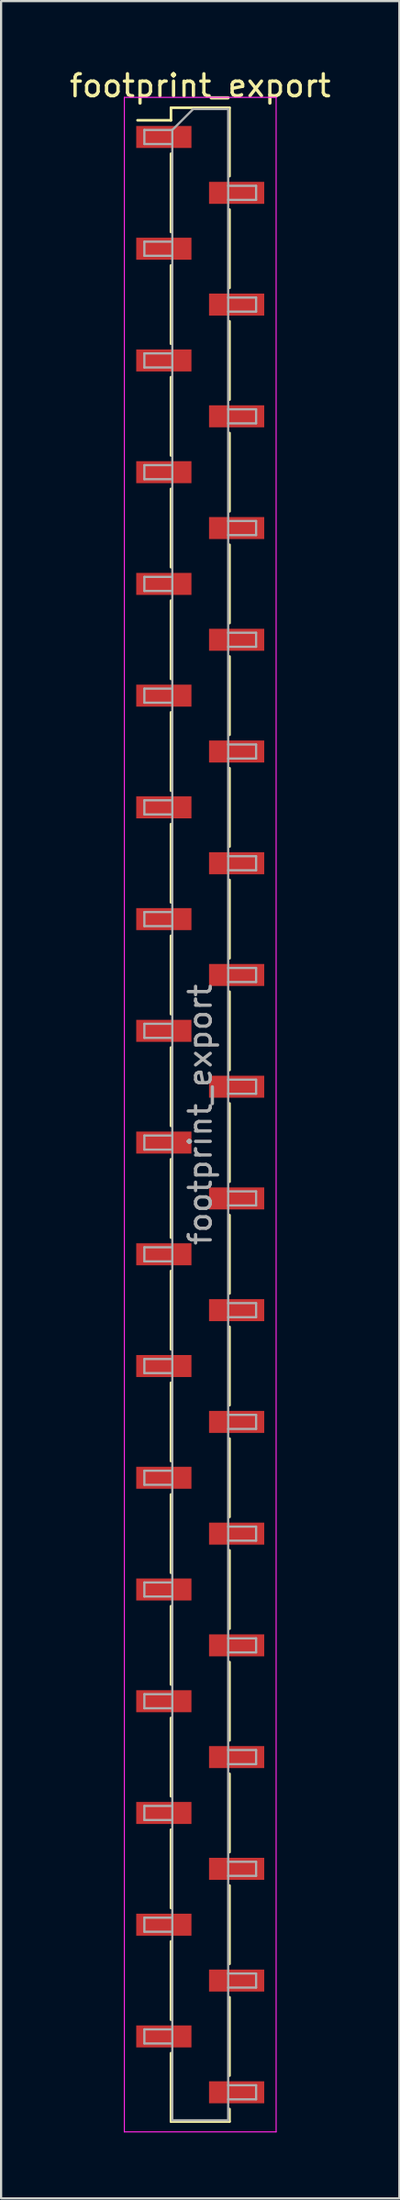
<source format=kicad_pcb>
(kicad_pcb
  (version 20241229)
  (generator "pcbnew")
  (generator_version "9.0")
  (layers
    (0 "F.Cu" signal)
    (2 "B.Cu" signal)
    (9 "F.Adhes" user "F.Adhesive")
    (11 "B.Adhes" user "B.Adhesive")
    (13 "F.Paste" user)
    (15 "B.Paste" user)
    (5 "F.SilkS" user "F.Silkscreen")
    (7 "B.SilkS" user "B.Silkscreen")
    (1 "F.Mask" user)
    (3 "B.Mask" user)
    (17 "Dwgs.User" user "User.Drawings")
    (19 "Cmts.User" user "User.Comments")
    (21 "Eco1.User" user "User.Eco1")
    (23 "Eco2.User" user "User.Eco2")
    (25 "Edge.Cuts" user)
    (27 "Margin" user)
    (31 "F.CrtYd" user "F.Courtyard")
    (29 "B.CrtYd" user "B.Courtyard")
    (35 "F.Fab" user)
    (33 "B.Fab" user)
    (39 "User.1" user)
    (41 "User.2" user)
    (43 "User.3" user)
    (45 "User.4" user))
  (footprint "footprint_export"
    (layer "F.Cu")
    (at 6.054 47.628)
    (property "Reference" "footprint_export" (at 0 -46.78 0) (layer "F.SilkS") (effects (font (size 1 1) (thickness 0.15))))
    (attr smd)
    (fp_line (start -1.33 -45.78) (end -1.33 -45.21) (stroke (width 0.12) (type solid)) (layer "F.SilkS"))
    (fp_line (start -1.33 -45.78) (end 1.33 -45.78) (stroke (width 0.12) (type solid)) (layer "F.SilkS"))
    (fp_line (start -1.33 -45.21) (end -2.85 -45.21) (stroke (width 0.12) (type solid)) (layer "F.SilkS"))
    (fp_line (start -1.33 -43.69) (end -1.33 -40.13) (stroke (width 0.12) (type solid)) (layer "F.SilkS"))
    (fp_line (start -1.33 -38.61) (end -1.33 -35.05) (stroke (width 0.12) (type solid)) (layer "F.SilkS"))
    (fp_line (start -1.33 -33.53) (end -1.33 -29.97) (stroke (width 0.12) (type solid)) (layer "F.SilkS"))
    (fp_line (start -1.33 -28.45) (end -1.33 -24.89) (stroke (width 0.12) (type solid)) (layer "F.SilkS"))
    (fp_line (start -1.33 -23.37) (end -1.33 -19.81) (stroke (width 0.12) (type solid)) (layer "F.SilkS"))
    (fp_line (start -1.33 -18.29) (end -1.33 -14.73) (stroke (width 0.12) (type solid)) (layer "F.SilkS"))
    (fp_line (start -1.33 -13.21) (end -1.33 -9.65) (stroke (width 0.12) (type solid)) (layer "F.SilkS"))
    (fp_line (start -1.33 -8.13) (end -1.33 -4.57) (stroke (width 0.12) (type solid)) (layer "F.SilkS"))
    (fp_line (start -1.33 -3.05) (end -1.33 0.51) (stroke (width 0.12) (type solid)) (layer "F.SilkS"))
    (fp_line (start -1.33 2.03) (end -1.33 5.59) (stroke (width 0.12) (type solid)) (layer "F.SilkS"))
    (fp_line (start -1.33 7.11) (end -1.33 10.67) (stroke (width 0.12) (type solid)) (layer "F.SilkS"))
    (fp_line (start -1.33 12.19) (end -1.33 15.75) (stroke (width 0.12) (type solid)) (layer "F.SilkS"))
    (fp_line (start -1.33 17.27) (end -1.33 20.83) (stroke (width 0.12) (type solid)) (layer "F.SilkS"))
    (fp_line (start -1.33 22.35) (end -1.33 25.91) (stroke (width 0.12) (type solid)) (layer "F.SilkS"))
    (fp_line (start -1.33 27.43) (end -1.33 30.99) (stroke (width 0.12) (type solid)) (layer "F.SilkS"))
    (fp_line (start -1.33 32.51) (end -1.33 36.07) (stroke (width 0.12) (type solid)) (layer "F.SilkS"))
    (fp_line (start -1.33 37.59) (end -1.33 41.15) (stroke (width 0.12) (type solid)) (layer "F.SilkS"))
    (fp_line (start -1.33 42.67) (end -1.33 45.78) (stroke (width 0.12) (type solid)) (layer "F.SilkS"))
    (fp_line (start -1.33 45.78) (end 1.33 45.78) (stroke (width 0.12) (type solid)) (layer "F.SilkS"))
    (fp_line (start 1.33 -45.78) (end 1.33 -42.67) (stroke (width 0.12) (type solid)) (layer "F.SilkS"))
    (fp_line (start 1.33 -41.15) (end 1.33 -37.59) (stroke (width 0.12) (type solid)) (layer "F.SilkS"))
    (fp_line (start 1.33 -36.07) (end 1.33 -32.51) (stroke (width 0.12) (type solid)) (layer "F.SilkS"))
    (fp_line (start 1.33 -30.99) (end 1.33 -27.43) (stroke (width 0.12) (type solid)) (layer "F.SilkS"))
    (fp_line (start 1.33 -25.91) (end 1.33 -22.35) (stroke (width 0.12) (type solid)) (layer "F.SilkS"))
    (fp_line (start 1.33 -20.83) (end 1.33 -17.27) (stroke (width 0.12) (type solid)) (layer "F.SilkS"))
    (fp_line (start 1.33 -15.75) (end 1.33 -12.19) (stroke (width 0.12) (type solid)) (layer "F.SilkS"))
    (fp_line (start 1.33 -10.67) (end 1.33 -7.11) (stroke (width 0.12) (type solid)) (layer "F.SilkS"))
    (fp_line (start 1.33 -5.59) (end 1.33 -2.03) (stroke (width 0.12) (type solid)) (layer "F.SilkS"))
    (fp_line (start 1.33 -0.51) (end 1.33 3.05) (stroke (width 0.12) (type solid)) (layer "F.SilkS"))
    (fp_line (start 1.33 4.57) (end 1.33 8.13) (stroke (width 0.12) (type solid)) (layer "F.SilkS"))
    (fp_line (start 1.33 9.65) (end 1.33 13.21) (stroke (width 0.12) (type solid)) (layer "F.SilkS"))
    (fp_line (start 1.33 14.73) (end 1.33 18.29) (stroke (width 0.12) (type solid)) (layer "F.SilkS"))
    (fp_line (start 1.33 19.81) (end 1.33 23.37) (stroke (width 0.12) (type solid)) (layer "F.SilkS"))
    (fp_line (start 1.33 24.89) (end 1.33 28.45) (stroke (width 0.12) (type solid)) (layer "F.SilkS"))
    (fp_line (start 1.33 29.97) (end 1.33 33.53) (stroke (width 0.12) (type solid)) (layer "F.SilkS"))
    (fp_line (start 1.33 35.05) (end 1.33 38.61) (stroke (width 0.12) (type solid)) (layer "F.SilkS"))
    (fp_line (start 1.33 40.13) (end 1.33 43.69) (stroke (width 0.12) (type solid)) (layer "F.SilkS"))
    (fp_line (start 1.33 45.21) (end 1.33 45.78) (stroke (width 0.12) (type solid)) (layer "F.SilkS"))
    (fp_line (start -3.45 -46.25) (end -3.45 46.25) (stroke (width 0.05) (type solid)) (layer "F.CrtYd"))
    (fp_line (start -3.45 46.25) (end 3.45 46.25) (stroke (width 0.05) (type solid)) (layer "F.CrtYd"))
    (fp_line (start 3.45 -46.25) (end -3.45 -46.25) (stroke (width 0.05) (type solid)) (layer "F.CrtYd"))
    (fp_line (start 3.45 46.25) (end 3.45 -46.25) (stroke (width 0.05) (type solid)) (layer "F.CrtYd"))
    (fp_line (start -2.54 -44.77) (end -2.54 -44.13) (stroke (width 0.1) (type solid)) (layer "F.Fab"))
    (fp_line (start -2.54 -44.13) (end -1.27 -44.13) (stroke (width 0.1) (type solid)) (layer "F.Fab"))
    (fp_line (start -2.54 -39.69) (end -2.54 -39.05) (stroke (width 0.1) (type solid)) (layer "F.Fab"))
    (fp_line (start -2.54 -39.05) (end -1.27 -39.05) (stroke (width 0.1) (type solid)) (layer "F.Fab"))
    (fp_line (start -2.54 -34.61) (end -2.54 -33.97) (stroke (width 0.1) (type solid)) (layer "F.Fab"))
    (fp_line (start -2.54 -33.97) (end -1.27 -33.97) (stroke (width 0.1) (type solid)) (layer "F.Fab"))
    (fp_line (start -2.54 -29.53) (end -2.54 -28.89) (stroke (width 0.1) (type solid)) (layer "F.Fab"))
    (fp_line (start -2.54 -28.89) (end -1.27 -28.89) (stroke (width 0.1) (type solid)) (layer "F.Fab"))
    (fp_line (start -2.54 -24.45) (end -2.54 -23.81) (stroke (width 0.1) (type solid)) (layer "F.Fab"))
    (fp_line (start -2.54 -23.81) (end -1.27 -23.81) (stroke (width 0.1) (type solid)) (layer "F.Fab"))
    (fp_line (start -2.54 -19.37) (end -2.54 -18.73) (stroke (width 0.1) (type solid)) (layer "F.Fab"))
    (fp_line (start -2.54 -18.73) (end -1.27 -18.73) (stroke (width 0.1) (type solid)) (layer "F.Fab"))
    (fp_line (start -2.54 -14.29) (end -2.54 -13.65) (stroke (width 0.1) (type solid)) (layer "F.Fab"))
    (fp_line (start -2.54 -13.65) (end -1.27 -13.65) (stroke (width 0.1) (type solid)) (layer "F.Fab"))
    (fp_line (start -2.54 -9.21) (end -2.54 -8.57) (stroke (width 0.1) (type solid)) (layer "F.Fab"))
    (fp_line (start -2.54 -8.57) (end -1.27 -8.57) (stroke (width 0.1) (type solid)) (layer "F.Fab"))
    (fp_line (start -2.54 -4.13) (end -2.54 -3.49) (stroke (width 0.1) (type solid)) (layer "F.Fab"))
    (fp_line (start -2.54 -3.49) (end -1.27 -3.49) (stroke (width 0.1) (type solid)) (layer "F.Fab"))
    (fp_line (start -2.54 0.95) (end -2.54 1.59) (stroke (width 0.1) (type solid)) (layer "F.Fab"))
    (fp_line (start -2.54 1.59) (end -1.27 1.59) (stroke (width 0.1) (type solid)) (layer "F.Fab"))
    (fp_line (start -2.54 6.03) (end -2.54 6.67) (stroke (width 0.1) (type solid)) (layer "F.Fab"))
    (fp_line (start -2.54 6.67) (end -1.27 6.67) (stroke (width 0.1) (type solid)) (layer "F.Fab"))
    (fp_line (start -2.54 11.11) (end -2.54 11.75) (stroke (width 0.1) (type solid)) (layer "F.Fab"))
    (fp_line (start -2.54 11.75) (end -1.27 11.75) (stroke (width 0.1) (type solid)) (layer "F.Fab"))
    (fp_line (start -2.54 16.19) (end -2.54 16.83) (stroke (width 0.1) (type solid)) (layer "F.Fab"))
    (fp_line (start -2.54 16.83) (end -1.27 16.83) (stroke (width 0.1) (type solid)) (layer "F.Fab"))
    (fp_line (start -2.54 21.27) (end -2.54 21.91) (stroke (width 0.1) (type solid)) (layer "F.Fab"))
    (fp_line (start -2.54 21.91) (end -1.27 21.91) (stroke (width 0.1) (type solid)) (layer "F.Fab"))
    (fp_line (start -2.54 26.35) (end -2.54 26.99) (stroke (width 0.1) (type solid)) (layer "F.Fab"))
    (fp_line (start -2.54 26.99) (end -1.27 26.99) (stroke (width 0.1) (type solid)) (layer "F.Fab"))
    (fp_line (start -2.54 31.43) (end -2.54 32.07) (stroke (width 0.1) (type solid)) (layer "F.Fab"))
    (fp_line (start -2.54 32.07) (end -1.27 32.07) (stroke (width 0.1) (type solid)) (layer "F.Fab"))
    (fp_line (start -2.54 36.51) (end -2.54 37.15) (stroke (width 0.1) (type solid)) (layer "F.Fab"))
    (fp_line (start -2.54 37.15) (end -1.27 37.15) (stroke (width 0.1) (type solid)) (layer "F.Fab"))
    (fp_line (start -2.54 41.59) (end -2.54 42.23) (stroke (width 0.1) (type solid)) (layer "F.Fab"))
    (fp_line (start -2.54 42.23) (end -1.27 42.23) (stroke (width 0.1) (type solid)) (layer "F.Fab"))
    (fp_line (start -1.27 -44.77) (end -2.54 -44.77) (stroke (width 0.1) (type solid)) (layer "F.Fab"))
    (fp_line (start -1.27 -44.77) (end -0.32 -45.72) (stroke (width 0.1) (type solid)) (layer "F.Fab"))
    (fp_line (start -1.27 -39.69) (end -2.54 -39.69) (stroke (width 0.1) (type solid)) (layer "F.Fab"))
    (fp_line (start -1.27 -34.61) (end -2.54 -34.61) (stroke (width 0.1) (type solid)) (layer "F.Fab"))
    (fp_line (start -1.27 -29.53) (end -2.54 -29.53) (stroke (width 0.1) (type solid)) (layer "F.Fab"))
    (fp_line (start -1.27 -24.45) (end -2.54 -24.45) (stroke (width 0.1) (type solid)) (layer "F.Fab"))
    (fp_line (start -1.27 -19.37) (end -2.54 -19.37) (stroke (width 0.1) (type solid)) (layer "F.Fab"))
    (fp_line (start -1.27 -14.29) (end -2.54 -14.29) (stroke (width 0.1) (type solid)) (layer "F.Fab"))
    (fp_line (start -1.27 -9.21) (end -2.54 -9.21) (stroke (width 0.1) (type solid)) (layer "F.Fab"))
    (fp_line (start -1.27 -4.13) (end -2.54 -4.13) (stroke (width 0.1) (type solid)) (layer "F.Fab"))
    (fp_line (start -1.27 0.95) (end -2.54 0.95) (stroke (width 0.1) (type solid)) (layer "F.Fab"))
    (fp_line (start -1.27 6.03) (end -2.54 6.03) (stroke (width 0.1) (type solid)) (layer "F.Fab"))
    (fp_line (start -1.27 11.11) (end -2.54 11.11) (stroke (width 0.1) (type solid)) (layer "F.Fab"))
    (fp_line (start -1.27 16.19) (end -2.54 16.19) (stroke (width 0.1) (type solid)) (layer "F.Fab"))
    (fp_line (start -1.27 21.27) (end -2.54 21.27) (stroke (width 0.1) (type solid)) (layer "F.Fab"))
    (fp_line (start -1.27 26.35) (end -2.54 26.35) (stroke (width 0.1) (type solid)) (layer "F.Fab"))
    (fp_line (start -1.27 31.43) (end -2.54 31.43) (stroke (width 0.1) (type solid)) (layer "F.Fab"))
    (fp_line (start -1.27 36.51) (end -2.54 36.51) (stroke (width 0.1) (type solid)) (layer "F.Fab"))
    (fp_line (start -1.27 41.59) (end -2.54 41.59) (stroke (width 0.1) (type solid)) (layer "F.Fab"))
    (fp_line (start -1.27 45.72) (end -1.27 -44.77) (stroke (width 0.1) (type solid)) (layer "F.Fab"))
    (fp_line (start -0.32 -45.72) (end 1.27 -45.72) (stroke (width 0.1) (type solid)) (layer "F.Fab"))
    (fp_line (start 1.27 -45.72) (end 1.27 45.72) (stroke (width 0.1) (type solid)) (layer "F.Fab"))
    (fp_line (start 1.27 -42.23) (end 2.54 -42.23) (stroke (width 0.1) (type solid)) (layer "F.Fab"))
    (fp_line (start 1.27 -37.15) (end 2.54 -37.15) (stroke (width 0.1) (type solid)) (layer "F.Fab"))
    (fp_line (start 1.27 -32.07) (end 2.54 -32.07) (stroke (width 0.1) (type solid)) (layer "F.Fab"))
    (fp_line (start 1.27 -26.99) (end 2.54 -26.99) (stroke (width 0.1) (type solid)) (layer "F.Fab"))
    (fp_line (start 1.27 -21.91) (end 2.54 -21.91) (stroke (width 0.1) (type solid)) (layer "F.Fab"))
    (fp_line (start 1.27 -16.83) (end 2.54 -16.83) (stroke (width 0.1) (type solid)) (layer "F.Fab"))
    (fp_line (start 1.27 -11.75) (end 2.54 -11.75) (stroke (width 0.1) (type solid)) (layer "F.Fab"))
    (fp_line (start 1.27 -6.67) (end 2.54 -6.67) (stroke (width 0.1) (type solid)) (layer "F.Fab"))
    (fp_line (start 1.27 -1.59) (end 2.54 -1.59) (stroke (width 0.1) (type solid)) (layer "F.Fab"))
    (fp_line (start 1.27 3.49) (end 2.54 3.49) (stroke (width 0.1) (type solid)) (layer "F.Fab"))
    (fp_line (start 1.27 8.57) (end 2.54 8.57) (stroke (width 0.1) (type solid)) (layer "F.Fab"))
    (fp_line (start 1.27 13.65) (end 2.54 13.65) (stroke (width 0.1) (type solid)) (layer "F.Fab"))
    (fp_line (start 1.27 18.73) (end 2.54 18.73) (stroke (width 0.1) (type solid)) (layer "F.Fab"))
    (fp_line (start 1.27 23.81) (end 2.54 23.81) (stroke (width 0.1) (type solid)) (layer "F.Fab"))
    (fp_line (start 1.27 28.89) (end 2.54 28.89) (stroke (width 0.1) (type solid)) (layer "F.Fab"))
    (fp_line (start 1.27 33.97) (end 2.54 33.97) (stroke (width 0.1) (type solid)) (layer "F.Fab"))
    (fp_line (start 1.27 39.05) (end 2.54 39.05) (stroke (width 0.1) (type solid)) (layer "F.Fab"))
    (fp_line (start 1.27 44.13) (end 2.54 44.13) (stroke (width 0.1) (type solid)) (layer "F.Fab"))
    (fp_line (start 1.27 45.72) (end -1.27 45.72) (stroke (width 0.1) (type solid)) (layer "F.Fab"))
    (fp_line (start 2.54 -42.23) (end 2.54 -41.59) (stroke (width 0.1) (type solid)) (layer "F.Fab"))
    (fp_line (start 2.54 -41.59) (end 1.27 -41.59) (stroke (width 0.1) (type solid)) (layer "F.Fab"))
    (fp_line (start 2.54 -37.15) (end 2.54 -36.51) (stroke (width 0.1) (type solid)) (layer "F.Fab"))
    (fp_line (start 2.54 -36.51) (end 1.27 -36.51) (stroke (width 0.1) (type solid)) (layer "F.Fab"))
    (fp_line (start 2.54 -32.07) (end 2.54 -31.43) (stroke (width 0.1) (type solid)) (layer "F.Fab"))
    (fp_line (start 2.54 -31.43) (end 1.27 -31.43) (stroke (width 0.1) (type solid)) (layer "F.Fab"))
    (fp_line (start 2.54 -26.99) (end 2.54 -26.35) (stroke (width 0.1) (type solid)) (layer "F.Fab"))
    (fp_line (start 2.54 -26.35) (end 1.27 -26.35) (stroke (width 0.1) (type solid)) (layer "F.Fab"))
    (fp_line (start 2.54 -21.91) (end 2.54 -21.27) (stroke (width 0.1) (type solid)) (layer "F.Fab"))
    (fp_line (start 2.54 -21.27) (end 1.27 -21.27) (stroke (width 0.1) (type solid)) (layer "F.Fab"))
    (fp_line (start 2.54 -16.83) (end 2.54 -16.19) (stroke (width 0.1) (type solid)) (layer "F.Fab"))
    (fp_line (start 2.54 -16.19) (end 1.27 -16.19) (stroke (width 0.1) (type solid)) (layer "F.Fab"))
    (fp_line (start 2.54 -11.75) (end 2.54 -11.11) (stroke (width 0.1) (type solid)) (layer "F.Fab"))
    (fp_line (start 2.54 -11.11) (end 1.27 -11.11) (stroke (width 0.1) (type solid)) (layer "F.Fab"))
    (fp_line (start 2.54 -6.67) (end 2.54 -6.03) (stroke (width 0.1) (type solid)) (layer "F.Fab"))
    (fp_line (start 2.54 -6.03) (end 1.27 -6.03) (stroke (width 0.1) (type solid)) (layer "F.Fab"))
    (fp_line (start 2.54 -1.59) (end 2.54 -0.95) (stroke (width 0.1) (type solid)) (layer "F.Fab"))
    (fp_line (start 2.54 -0.95) (end 1.27 -0.95) (stroke (width 0.1) (type solid)) (layer "F.Fab"))
    (fp_line (start 2.54 3.49) (end 2.54 4.13) (stroke (width 0.1) (type solid)) (layer "F.Fab"))
    (fp_line (start 2.54 4.13) (end 1.27 4.13) (stroke (width 0.1) (type solid)) (layer "F.Fab"))
    (fp_line (start 2.54 8.57) (end 2.54 9.21) (stroke (width 0.1) (type solid)) (layer "F.Fab"))
    (fp_line (start 2.54 9.21) (end 1.27 9.21) (stroke (width 0.1) (type solid)) (layer "F.Fab"))
    (fp_line (start 2.54 13.65) (end 2.54 14.29) (stroke (width 0.1) (type solid)) (layer "F.Fab"))
    (fp_line (start 2.54 14.29) (end 1.27 14.29) (stroke (width 0.1) (type solid)) (layer "F.Fab"))
    (fp_line (start 2.54 18.73) (end 2.54 19.37) (stroke (width 0.1) (type solid)) (layer "F.Fab"))
    (fp_line (start 2.54 19.37) (end 1.27 19.37) (stroke (width 0.1) (type solid)) (layer "F.Fab"))
    (fp_line (start 2.54 23.81) (end 2.54 24.45) (stroke (width 0.1) (type solid)) (layer "F.Fab"))
    (fp_line (start 2.54 24.45) (end 1.27 24.45) (stroke (width 0.1) (type solid)) (layer "F.Fab"))
    (fp_line (start 2.54 28.89) (end 2.54 29.53) (stroke (width 0.1) (type solid)) (layer "F.Fab"))
    (fp_line (start 2.54 29.53) (end 1.27 29.53) (stroke (width 0.1) (type solid)) (layer "F.Fab"))
    (fp_line (start 2.54 33.97) (end 2.54 34.61) (stroke (width 0.1) (type solid)) (layer "F.Fab"))
    (fp_line (start 2.54 34.61) (end 1.27 34.61) (stroke (width 0.1) (type solid)) (layer "F.Fab"))
    (fp_line (start 2.54 39.05) (end 2.54 39.69) (stroke (width 0.1) (type solid)) (layer "F.Fab"))
    (fp_line (start 2.54 39.69) (end 1.27 39.69) (stroke (width 0.1) (type solid)) (layer "F.Fab"))
    (fp_line (start 2.54 44.13) (end 2.54 44.77) (stroke (width 0.1) (type solid)) (layer "F.Fab"))
    (fp_line (start 2.54 44.77) (end 1.27 44.77) (stroke (width 0.1) (type solid)) (layer "F.Fab"))
    (fp_text user "${REFERENCE}" (at 0 0 90) (layer "F.Fab") (effects (font (size 1 1) (thickness 0.15))))
    (pad "1" smd rect (at -1.655 -44.45) (size 2.51 1) (layers "F.Cu" "F.Mask" "F.Paste"))
    (pad "2" smd rect (at 1.655 -41.91) (size 2.51 1) (layers "F.Cu" "F.Mask" "F.Paste"))
    (pad "3" smd rect (at -1.655 -39.37) (size 2.51 1) (layers "F.Cu" "F.Mask" "F.Paste"))
    (pad "4" smd rect (at 1.655 -36.83) (size 2.51 1) (layers "F.Cu" "F.Mask" "F.Paste"))
    (pad "5" smd rect (at -1.655 -34.29) (size 2.51 1) (layers "F.Cu" "F.Mask" "F.Paste"))
    (pad "6" smd rect (at 1.655 -31.75) (size 2.51 1) (layers "F.Cu" "F.Mask" "F.Paste"))
    (pad "7" smd rect (at -1.655 -29.21) (size 2.51 1) (layers "F.Cu" "F.Mask" "F.Paste"))
    (pad "8" smd rect (at 1.655 -26.67) (size 2.51 1) (layers "F.Cu" "F.Mask" "F.Paste"))
    (pad "9" smd rect (at -1.655 -24.13) (size 2.51 1) (layers "F.Cu" "F.Mask" "F.Paste"))
    (pad "10" smd rect (at 1.655 -21.59) (size 2.51 1) (layers "F.Cu" "F.Mask" "F.Paste"))
    (pad "11" smd rect (at -1.655 -19.05) (size 2.51 1) (layers "F.Cu" "F.Mask" "F.Paste"))
    (pad "12" smd rect (at 1.655 -16.51) (size 2.51 1) (layers "F.Cu" "F.Mask" "F.Paste"))
    (pad "13" smd rect (at -1.655 -13.97) (size 2.51 1) (layers "F.Cu" "F.Mask" "F.Paste"))
    (pad "14" smd rect (at 1.655 -11.43) (size 2.51 1) (layers "F.Cu" "F.Mask" "F.Paste"))
    (pad "15" smd rect (at -1.655 -8.89) (size 2.51 1) (layers "F.Cu" "F.Mask" "F.Paste"))
    (pad "16" smd rect (at 1.655 -6.35) (size 2.51 1) (layers "F.Cu" "F.Mask" "F.Paste"))
    (pad "17" smd rect (at -1.655 -3.81) (size 2.51 1) (layers "F.Cu" "F.Mask" "F.Paste"))
    (pad "18" smd rect (at 1.655 -1.27) (size 2.51 1) (layers "F.Cu" "F.Mask" "F.Paste"))
    (pad "19" smd rect (at -1.655 1.27) (size 2.51 1) (layers "F.Cu" "F.Mask" "F.Paste"))
    (pad "20" smd rect (at 1.655 3.81) (size 2.51 1) (layers "F.Cu" "F.Mask" "F.Paste"))
    (pad "21" smd rect (at -1.655 6.35) (size 2.51 1) (layers "F.Cu" "F.Mask" "F.Paste"))
    (pad "22" smd rect (at 1.655 8.89) (size 2.51 1) (layers "F.Cu" "F.Mask" "F.Paste"))
    (pad "23" smd rect (at -1.655 11.43) (size 2.51 1) (layers "F.Cu" "F.Mask" "F.Paste"))
    (pad "24" smd rect (at 1.655 13.97) (size 2.51 1) (layers "F.Cu" "F.Mask" "F.Paste"))
    (pad "25" smd rect (at -1.655 16.51) (size 2.51 1) (layers "F.Cu" "F.Mask" "F.Paste"))
    (pad "26" smd rect (at 1.655 19.05) (size 2.51 1) (layers "F.Cu" "F.Mask" "F.Paste"))
    (pad "27" smd rect (at -1.655 21.59) (size 2.51 1) (layers "F.Cu" "F.Mask" "F.Paste"))
    (pad "28" smd rect (at 1.655 24.13) (size 2.51 1) (layers "F.Cu" "F.Mask" "F.Paste"))
    (pad "29" smd rect (at -1.655 26.67) (size 2.51 1) (layers "F.Cu" "F.Mask" "F.Paste"))
    (pad "30" smd rect (at 1.655 29.21) (size 2.51 1) (layers "F.Cu" "F.Mask" "F.Paste"))
    (pad "31" smd rect (at -1.655 31.75) (size 2.51 1) (layers "F.Cu" "F.Mask" "F.Paste"))
    (pad "32" smd rect (at 1.655 34.29) (size 2.51 1) (layers "F.Cu" "F.Mask" "F.Paste"))
    (pad "33" smd rect (at -1.655 36.83) (size 2.51 1) (layers "F.Cu" "F.Mask" "F.Paste"))
    (pad "34" smd rect (at 1.655 39.37) (size 2.51 1) (layers "F.Cu" "F.Mask" "F.Paste"))
    (pad "35" smd rect (at -1.655 41.91) (size 2.51 1) (layers "F.Cu" "F.Mask" "F.Paste"))
    (pad "36" smd rect (at 1.655 44.45) (size 2.51 1) (layers "F.Cu" "F.Mask" "F.Paste")))
  (gr_rect
    (start -3 -3)
    (end 15.107 96.903)
    (stroke (width 0.1) (type default))
    (fill no)
    (layer "Edge.Cuts")))
</source>
